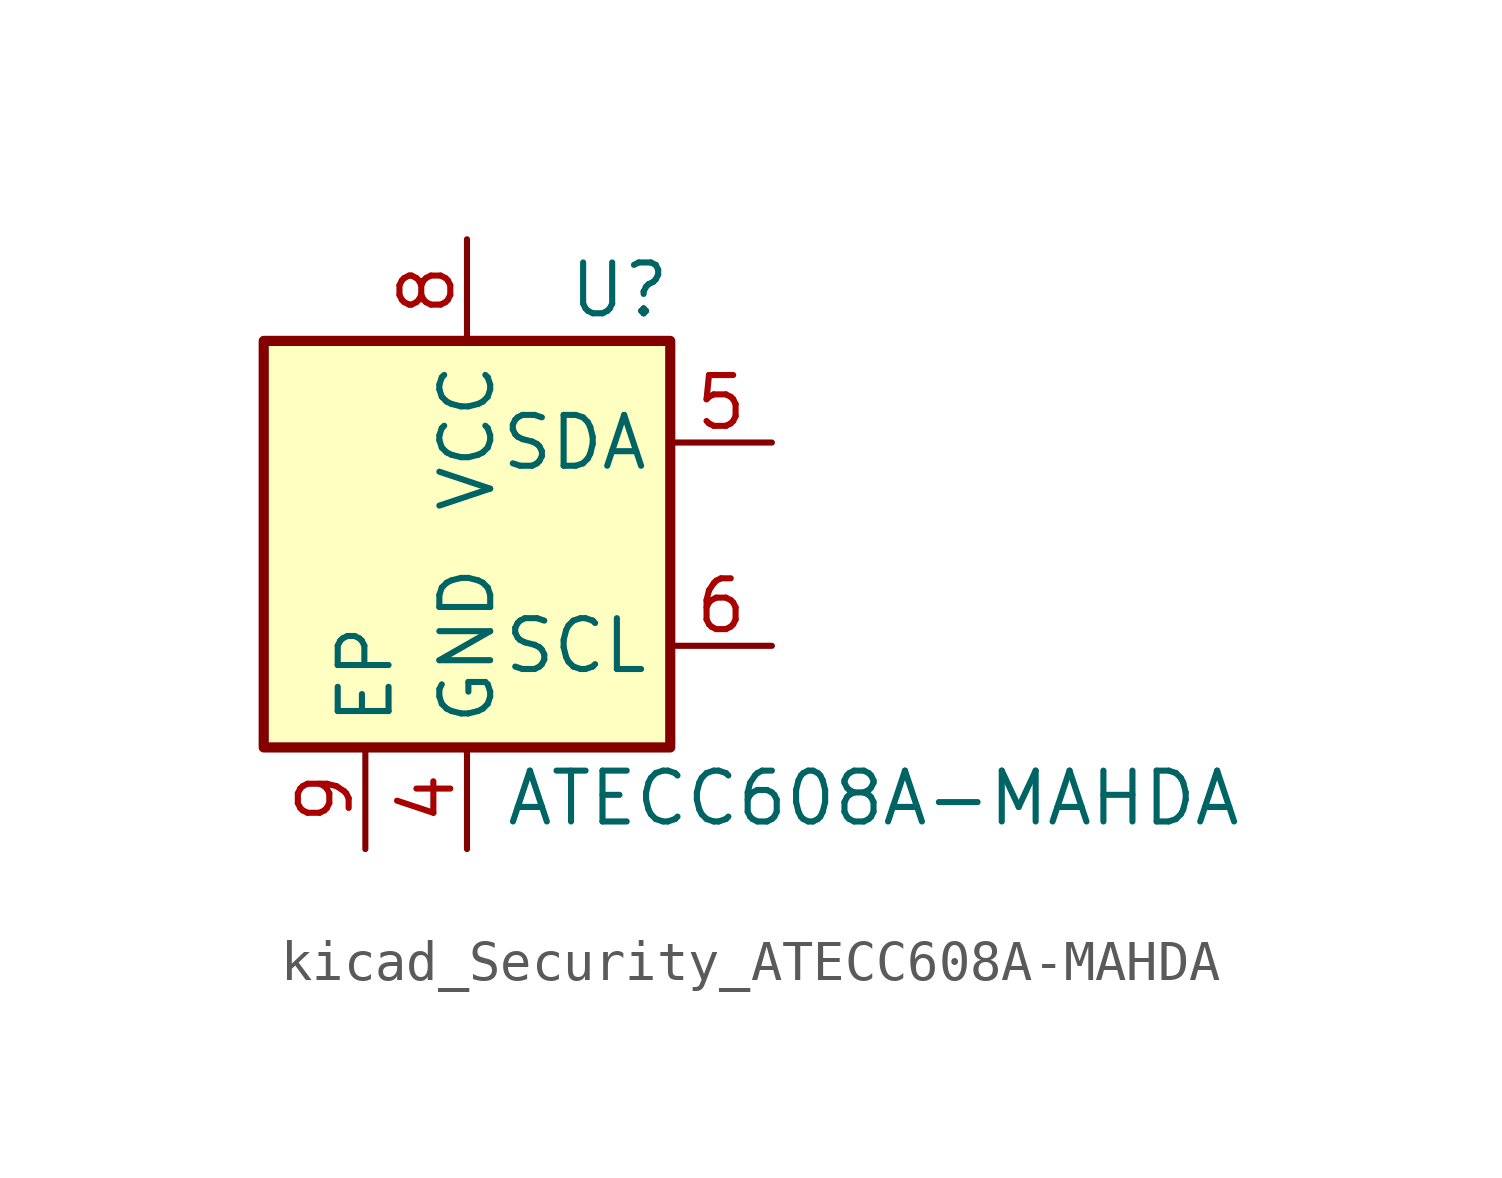
<source format=kicad_sym>
(kicad_symbol_lib
  (version 20220914)
  (generator kicad_symbol_editor)
  (symbol "kicad_Security_ATECC608A-MAHDA"
    (property "Reference" "U"
      (at 3.81 6.35 0)
      (effects (font (size 1.27 1.27))))
    (property "Value" "ATECC608A-MAHDA"
      (at 10.16 -6.35 0)
      (effects (font (size 1.27 1.27))))
    (symbol "kicad_Security_ATECC608A-MAHDA_0_1"
      (rectangle (start -5.08 5.08) (end 5.08 -5.08) (stroke (width 0.254) (type default)) (fill (type background))))
    (symbol "kicad_Security_ATECC608A-MAHDA_1_1"
      (pin no_connect line (at -5.08 2.54 0) (length 2.54) hide (name "NC" (effects (font (size 1.27 1.27)))) (number "1" (effects (font (size 1.27 1.27)))))
      (pin no_connect line (at -5.08 0 0) (length 2.54) hide (name "NC" (effects (font (size 1.27 1.27)))) (number "2" (effects (font (size 1.27 1.27)))))
      (pin no_connect line (at -5.08 -2.54 0) (length 2.54) hide (name "NC" (effects (font (size 1.27 1.27)))) (number "3" (effects (font (size 1.27 1.27)))))
      (pin power_in line (at 0 -7.62 90) (length 2.54) (name "GND" (effects (font (size 1.27 1.27)))) (number "4" (effects (font (size 1.27 1.27)))))
      (pin bidirectional line (at 7.62 2.54 180) (length 2.54) (name "SDA" (effects (font (size 1.27 1.27)))) (number "5" (effects (font (size 1.27 1.27)))))
      (pin input line (at 7.62 -2.54 180) (length 2.54) (name "SCL" (effects (font (size 1.27 1.27)))) (number "6" (effects (font (size 1.27 1.27)))))
      (pin no_connect line (at 5.08 0 180) (length 2.54) hide (name "NC" (effects (font (size 1.27 1.27)))) (number "7" (effects (font (size 1.27 1.27)))))
      (pin power_in line (at 0 7.62 270) (length 2.54) (name "VCC" (effects (font (size 1.27 1.27)))) (number "8" (effects (font (size 1.27 1.27)))))
      (pin input line (at -2.54 -7.62 90) (length 2.54) (name "EP" (effects (font (size 1.27 1.27)))) (number "9" (effects (font (size 1.27 1.27))))))))
</source>
